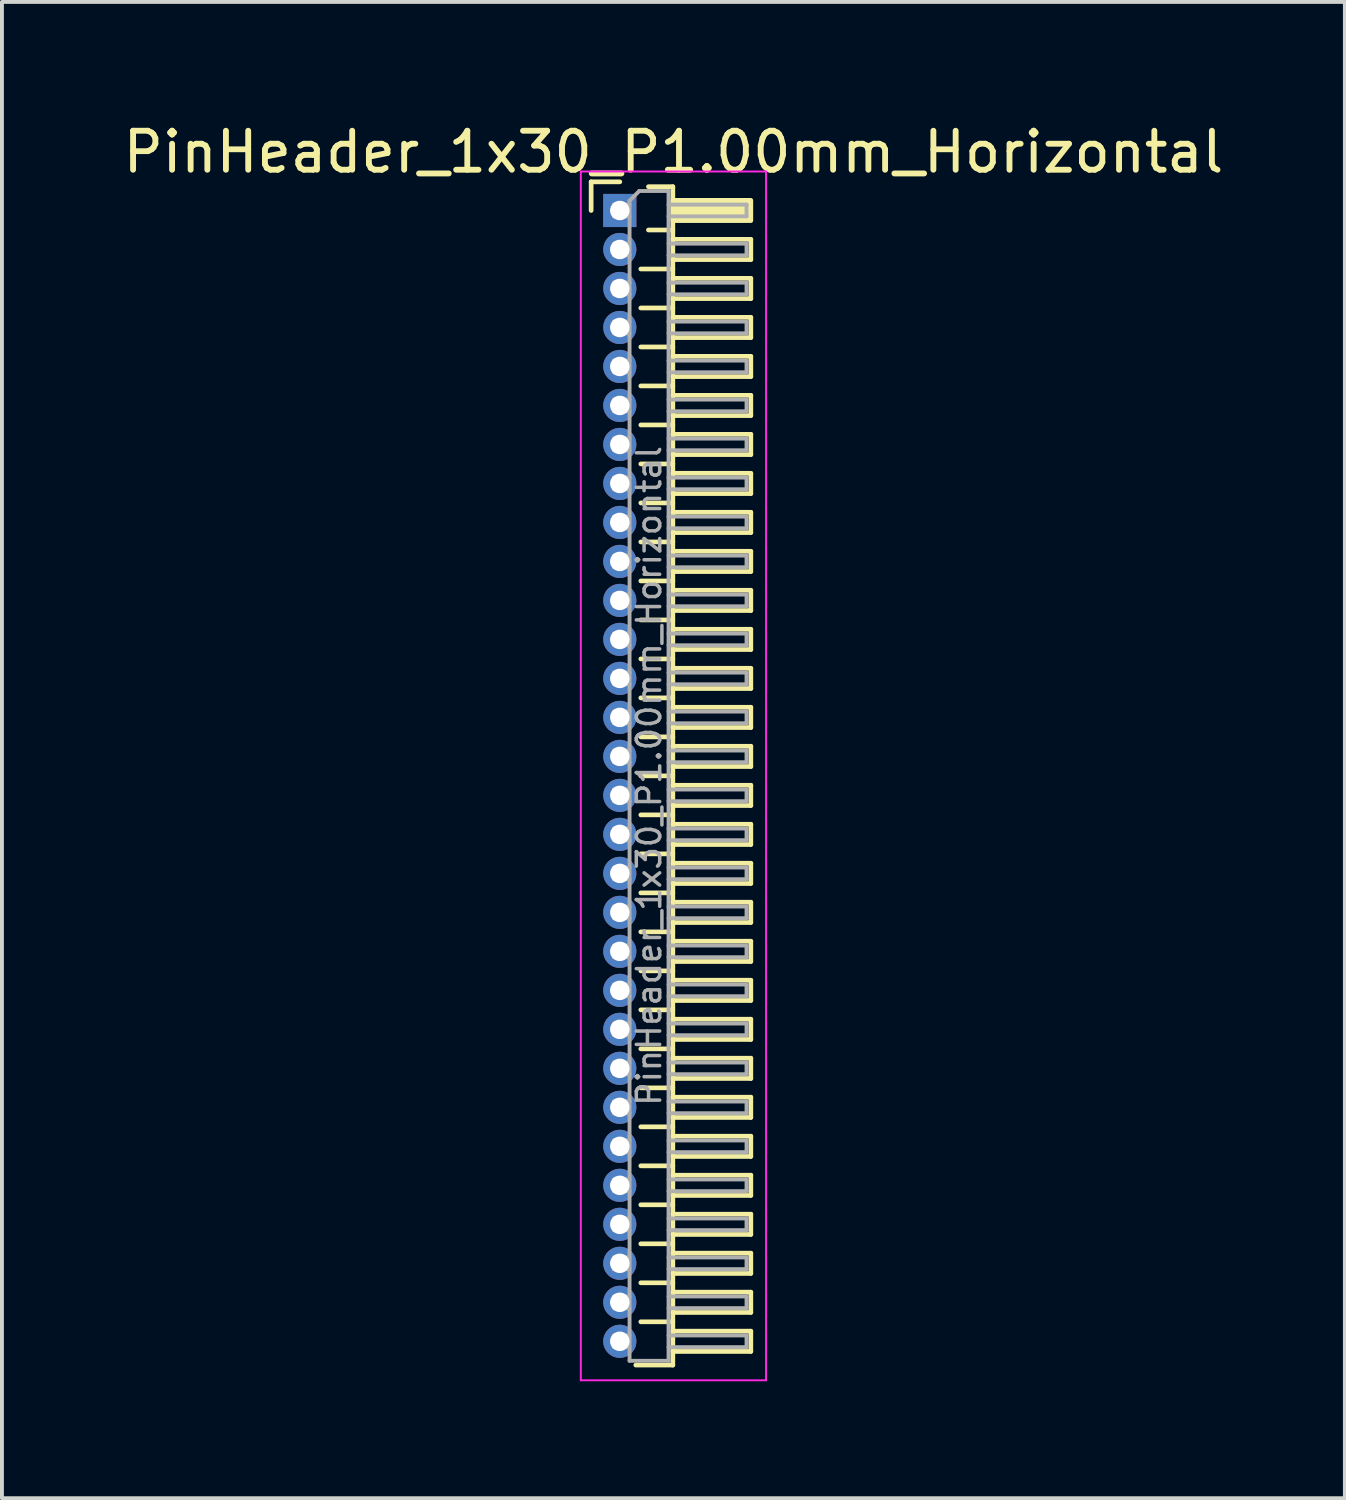
<source format=kicad_pcb>
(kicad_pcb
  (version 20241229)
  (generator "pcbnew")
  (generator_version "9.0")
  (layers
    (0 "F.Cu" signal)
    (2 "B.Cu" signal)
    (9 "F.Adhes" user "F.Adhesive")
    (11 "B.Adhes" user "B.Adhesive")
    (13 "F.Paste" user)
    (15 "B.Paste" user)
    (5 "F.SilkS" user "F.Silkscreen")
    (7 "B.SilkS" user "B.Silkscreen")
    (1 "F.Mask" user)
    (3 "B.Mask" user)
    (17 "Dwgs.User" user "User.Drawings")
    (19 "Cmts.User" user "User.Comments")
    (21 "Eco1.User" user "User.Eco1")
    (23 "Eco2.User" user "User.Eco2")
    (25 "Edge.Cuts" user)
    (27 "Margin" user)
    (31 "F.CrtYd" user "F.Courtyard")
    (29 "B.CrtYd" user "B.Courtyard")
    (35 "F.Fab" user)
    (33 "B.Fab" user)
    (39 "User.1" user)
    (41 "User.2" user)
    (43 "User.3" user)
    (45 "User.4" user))
  (footprint "PinHeader_1x30_P1.00mm_Horizontal"
    (layer "F.Cu")
    (at 12.845 2.348)
    (property "Reference" "PinHeader_1x30_P1.00mm_Horizontal" (at 1.375 -1.5 0) (layer "F.SilkS") (effects (font (size 1 1) (thickness 0.15))))
    (attr through_hole)
    (fp_line (start -0.735 -0.735) (end 0 -0.735) (stroke (width 0.12) (type solid)) (layer "F.SilkS"))
    (fp_line (start -0.735 0) (end -0.735 -0.735) (stroke (width 0.12) (type solid)) (layer "F.SilkS"))
    (fp_line (start 0.539 1.5) (end 1.36 1.5) (stroke (width 0.12) (type solid)) (layer "F.SilkS"))
    (fp_line (start 0.539 2.5) (end 1.36 2.5) (stroke (width 0.12) (type solid)) (layer "F.SilkS"))
    (fp_line (start 0.539 3.5) (end 1.36 3.5) (stroke (width 0.12) (type solid)) (layer "F.SilkS"))
    (fp_line (start 0.539 4.5) (end 1.36 4.5) (stroke (width 0.12) (type solid)) (layer "F.SilkS"))
    (fp_line (start 0.539 5.5) (end 1.36 5.5) (stroke (width 0.12) (type solid)) (layer "F.SilkS"))
    (fp_line (start 0.539 6.5) (end 1.36 6.5) (stroke (width 0.12) (type solid)) (layer "F.SilkS"))
    (fp_line (start 0.539 7.5) (end 1.36 7.5) (stroke (width 0.12) (type solid)) (layer "F.SilkS"))
    (fp_line (start 0.539 8.5) (end 1.36 8.5) (stroke (width 0.12) (type solid)) (layer "F.SilkS"))
    (fp_line (start 0.539 9.5) (end 1.36 9.5) (stroke (width 0.12) (type solid)) (layer "F.SilkS"))
    (fp_line (start 0.539 10.5) (end 1.36 10.5) (stroke (width 0.12) (type solid)) (layer "F.SilkS"))
    (fp_line (start 0.539 11.5) (end 1.36 11.5) (stroke (width 0.12) (type solid)) (layer "F.SilkS"))
    (fp_line (start 0.539 12.5) (end 1.36 12.5) (stroke (width 0.12) (type solid)) (layer "F.SilkS"))
    (fp_line (start 0.539 13.5) (end 1.36 13.5) (stroke (width 0.12) (type solid)) (layer "F.SilkS"))
    (fp_line (start 0.539 14.5) (end 1.36 14.5) (stroke (width 0.12) (type solid)) (layer "F.SilkS"))
    (fp_line (start 0.539 15.5) (end 1.36 15.5) (stroke (width 0.12) (type solid)) (layer "F.SilkS"))
    (fp_line (start 0.539 16.5) (end 1.36 16.5) (stroke (width 0.12) (type solid)) (layer "F.SilkS"))
    (fp_line (start 0.539 17.5) (end 1.36 17.5) (stroke (width 0.12) (type solid)) (layer "F.SilkS"))
    (fp_line (start 0.539 18.5) (end 1.36 18.5) (stroke (width 0.12) (type solid)) (layer "F.SilkS"))
    (fp_line (start 0.539 19.5) (end 1.36 19.5) (stroke (width 0.12) (type solid)) (layer "F.SilkS"))
    (fp_line (start 0.539 20.5) (end 1.36 20.5) (stroke (width 0.12) (type solid)) (layer "F.SilkS"))
    (fp_line (start 0.539 21.5) (end 1.36 21.5) (stroke (width 0.12) (type solid)) (layer "F.SilkS"))
    (fp_line (start 0.539 22.5) (end 1.36 22.5) (stroke (width 0.12) (type solid)) (layer "F.SilkS"))
    (fp_line (start 0.539 23.5) (end 1.36 23.5) (stroke (width 0.12) (type solid)) (layer "F.SilkS"))
    (fp_line (start 0.539 24.5) (end 1.36 24.5) (stroke (width 0.12) (type solid)) (layer "F.SilkS"))
    (fp_line (start 0.539 25.5) (end 1.36 25.5) (stroke (width 0.12) (type solid)) (layer "F.SilkS"))
    (fp_line (start 0.539 26.5) (end 1.36 26.5) (stroke (width 0.12) (type solid)) (layer "F.SilkS"))
    (fp_line (start 0.539 27.5) (end 1.36 27.5) (stroke (width 0.12) (type solid)) (layer "F.SilkS"))
    (fp_line (start 0.539 28.5) (end 1.36 28.5) (stroke (width 0.12) (type solid)) (layer "F.SilkS"))
    (fp_line (start 0.735 -0.61) (end 1.36 -0.61) (stroke (width 0.12) (type solid)) (layer "F.SilkS"))
    (fp_line (start 0.735 0.5) (end 1.36 0.5) (stroke (width 0.12) (type solid)) (layer "F.SilkS"))
    (fp_line (start 1.36 -0.61) (end 1.36 29.61) (stroke (width 0.12) (type solid)) (layer "F.SilkS"))
    (fp_line (start 1.36 0.74) (end 3.36 0.74) (stroke (width 0.12) (type solid)) (layer "F.SilkS"))
    (fp_line (start 1.36 1.74) (end 3.36 1.74) (stroke (width 0.12) (type solid)) (layer "F.SilkS"))
    (fp_line (start 1.36 2.74) (end 3.36 2.74) (stroke (width 0.12) (type solid)) (layer "F.SilkS"))
    (fp_line (start 1.36 3.74) (end 3.36 3.74) (stroke (width 0.12) (type solid)) (layer "F.SilkS"))
    (fp_line (start 1.36 4.74) (end 3.36 4.74) (stroke (width 0.12) (type solid)) (layer "F.SilkS"))
    (fp_line (start 1.36 5.74) (end 3.36 5.74) (stroke (width 0.12) (type solid)) (layer "F.SilkS"))
    (fp_line (start 1.36 6.74) (end 3.36 6.74) (stroke (width 0.12) (type solid)) (layer "F.SilkS"))
    (fp_line (start 1.36 7.74) (end 3.36 7.74) (stroke (width 0.12) (type solid)) (layer "F.SilkS"))
    (fp_line (start 1.36 8.74) (end 3.36 8.74) (stroke (width 0.12) (type solid)) (layer "F.SilkS"))
    (fp_line (start 1.36 9.74) (end 3.36 9.74) (stroke (width 0.12) (type solid)) (layer "F.SilkS"))
    (fp_line (start 1.36 10.74) (end 3.36 10.74) (stroke (width 0.12) (type solid)) (layer "F.SilkS"))
    (fp_line (start 1.36 11.74) (end 3.36 11.74) (stroke (width 0.12) (type solid)) (layer "F.SilkS"))
    (fp_line (start 1.36 12.74) (end 3.36 12.74) (stroke (width 0.12) (type solid)) (layer "F.SilkS"))
    (fp_line (start 1.36 13.74) (end 3.36 13.74) (stroke (width 0.12) (type solid)) (layer "F.SilkS"))
    (fp_line (start 1.36 14.74) (end 3.36 14.74) (stroke (width 0.12) (type solid)) (layer "F.SilkS"))
    (fp_line (start 1.36 15.74) (end 3.36 15.74) (stroke (width 0.12) (type solid)) (layer "F.SilkS"))
    (fp_line (start 1.36 16.74) (end 3.36 16.74) (stroke (width 0.12) (type solid)) (layer "F.SilkS"))
    (fp_line (start 1.36 17.74) (end 3.36 17.74) (stroke (width 0.12) (type solid)) (layer "F.SilkS"))
    (fp_line (start 1.36 18.74) (end 3.36 18.74) (stroke (width 0.12) (type solid)) (layer "F.SilkS"))
    (fp_line (start 1.36 19.74) (end 3.36 19.74) (stroke (width 0.12) (type solid)) (layer "F.SilkS"))
    (fp_line (start 1.36 20.74) (end 3.36 20.74) (stroke (width 0.12) (type solid)) (layer "F.SilkS"))
    (fp_line (start 1.36 21.74) (end 3.36 21.74) (stroke (width 0.12) (type solid)) (layer "F.SilkS"))
    (fp_line (start 1.36 22.74) (end 3.36 22.74) (stroke (width 0.12) (type solid)) (layer "F.SilkS"))
    (fp_line (start 1.36 23.74) (end 3.36 23.74) (stroke (width 0.12) (type solid)) (layer "F.SilkS"))
    (fp_line (start 1.36 24.74) (end 3.36 24.74) (stroke (width 0.12) (type solid)) (layer "F.SilkS"))
    (fp_line (start 1.36 25.74) (end 3.36 25.74) (stroke (width 0.12) (type solid)) (layer "F.SilkS"))
    (fp_line (start 1.36 26.74) (end 3.36 26.74) (stroke (width 0.12) (type solid)) (layer "F.SilkS"))
    (fp_line (start 1.36 27.74) (end 3.36 27.74) (stroke (width 0.12) (type solid)) (layer "F.SilkS"))
    (fp_line (start 1.36 28.74) (end 3.36 28.74) (stroke (width 0.12) (type solid)) (layer "F.SilkS"))
    (fp_line (start 1.36 29.61) (end 0.41 29.61) (stroke (width 0.12) (type solid)) (layer "F.SilkS"))
    (fp_line (start 3.36 0.74) (end 3.36 1.26) (stroke (width 0.12) (type solid)) (layer "F.SilkS"))
    (fp_line (start 3.36 1.26) (end 1.36 1.26) (stroke (width 0.12) (type solid)) (layer "F.SilkS"))
    (fp_line (start 3.36 1.74) (end 3.36 2.26) (stroke (width 0.12) (type solid)) (layer "F.SilkS"))
    (fp_line (start 3.36 2.26) (end 1.36 2.26) (stroke (width 0.12) (type solid)) (layer "F.SilkS"))
    (fp_line (start 3.36 2.74) (end 3.36 3.26) (stroke (width 0.12) (type solid)) (layer "F.SilkS"))
    (fp_line (start 3.36 3.26) (end 1.36 3.26) (stroke (width 0.12) (type solid)) (layer "F.SilkS"))
    (fp_line (start 3.36 3.74) (end 3.36 4.26) (stroke (width 0.12) (type solid)) (layer "F.SilkS"))
    (fp_line (start 3.36 4.26) (end 1.36 4.26) (stroke (width 0.12) (type solid)) (layer "F.SilkS"))
    (fp_line (start 3.36 4.74) (end 3.36 5.26) (stroke (width 0.12) (type solid)) (layer "F.SilkS"))
    (fp_line (start 3.36 5.26) (end 1.36 5.26) (stroke (width 0.12) (type solid)) (layer "F.SilkS"))
    (fp_line (start 3.36 5.74) (end 3.36 6.26) (stroke (width 0.12) (type solid)) (layer "F.SilkS"))
    (fp_line (start 3.36 6.26) (end 1.36 6.26) (stroke (width 0.12) (type solid)) (layer "F.SilkS"))
    (fp_line (start 3.36 6.74) (end 3.36 7.26) (stroke (width 0.12) (type solid)) (layer "F.SilkS"))
    (fp_line (start 3.36 7.26) (end 1.36 7.26) (stroke (width 0.12) (type solid)) (layer "F.SilkS"))
    (fp_line (start 3.36 7.74) (end 3.36 8.26) (stroke (width 0.12) (type solid)) (layer "F.SilkS"))
    (fp_line (start 3.36 8.26) (end 1.36 8.26) (stroke (width 0.12) (type solid)) (layer "F.SilkS"))
    (fp_line (start 3.36 8.74) (end 3.36 9.26) (stroke (width 0.12) (type solid)) (layer "F.SilkS"))
    (fp_line (start 3.36 9.26) (end 1.36 9.26) (stroke (width 0.12) (type solid)) (layer "F.SilkS"))
    (fp_line (start 3.36 9.74) (end 3.36 10.26) (stroke (width 0.12) (type solid)) (layer "F.SilkS"))
    (fp_line (start 3.36 10.26) (end 1.36 10.26) (stroke (width 0.12) (type solid)) (layer "F.SilkS"))
    (fp_line (start 3.36 10.74) (end 3.36 11.26) (stroke (width 0.12) (type solid)) (layer "F.SilkS"))
    (fp_line (start 3.36 11.26) (end 1.36 11.26) (stroke (width 0.12) (type solid)) (layer "F.SilkS"))
    (fp_line (start 3.36 11.74) (end 3.36 12.26) (stroke (width 0.12) (type solid)) (layer "F.SilkS"))
    (fp_line (start 3.36 12.26) (end 1.36 12.26) (stroke (width 0.12) (type solid)) (layer "F.SilkS"))
    (fp_line (start 3.36 12.74) (end 3.36 13.26) (stroke (width 0.12) (type solid)) (layer "F.SilkS"))
    (fp_line (start 3.36 13.26) (end 1.36 13.26) (stroke (width 0.12) (type solid)) (layer "F.SilkS"))
    (fp_line (start 3.36 13.74) (end 3.36 14.26) (stroke (width 0.12) (type solid)) (layer "F.SilkS"))
    (fp_line (start 3.36 14.26) (end 1.36 14.26) (stroke (width 0.12) (type solid)) (layer "F.SilkS"))
    (fp_line (start 3.36 14.74) (end 3.36 15.26) (stroke (width 0.12) (type solid)) (layer "F.SilkS"))
    (fp_line (start 3.36 15.26) (end 1.36 15.26) (stroke (width 0.12) (type solid)) (layer "F.SilkS"))
    (fp_line (start 3.36 15.74) (end 3.36 16.26) (stroke (width 0.12) (type solid)) (layer "F.SilkS"))
    (fp_line (start 3.36 16.26) (end 1.36 16.26) (stroke (width 0.12) (type solid)) (layer "F.SilkS"))
    (fp_line (start 3.36 16.74) (end 3.36 17.26) (stroke (width 0.12) (type solid)) (layer "F.SilkS"))
    (fp_line (start 3.36 17.26) (end 1.36 17.26) (stroke (width 0.12) (type solid)) (layer "F.SilkS"))
    (fp_line (start 3.36 17.74) (end 3.36 18.26) (stroke (width 0.12) (type solid)) (layer "F.SilkS"))
    (fp_line (start 3.36 18.26) (end 1.36 18.26) (stroke (width 0.12) (type solid)) (layer "F.SilkS"))
    (fp_line (start 3.36 18.74) (end 3.36 19.26) (stroke (width 0.12) (type solid)) (layer "F.SilkS"))
    (fp_line (start 3.36 19.26) (end 1.36 19.26) (stroke (width 0.12) (type solid)) (layer "F.SilkS"))
    (fp_line (start 3.36 19.74) (end 3.36 20.26) (stroke (width 0.12) (type solid)) (layer "F.SilkS"))
    (fp_line (start 3.36 20.26) (end 1.36 20.26) (stroke (width 0.12) (type solid)) (layer "F.SilkS"))
    (fp_line (start 3.36 20.74) (end 3.36 21.26) (stroke (width 0.12) (type solid)) (layer "F.SilkS"))
    (fp_line (start 3.36 21.26) (end 1.36 21.26) (stroke (width 0.12) (type solid)) (layer "F.SilkS"))
    (fp_line (start 3.36 21.74) (end 3.36 22.26) (stroke (width 0.12) (type solid)) (layer "F.SilkS"))
    (fp_line (start 3.36 22.26) (end 1.36 22.26) (stroke (width 0.12) (type solid)) (layer "F.SilkS"))
    (fp_line (start 3.36 22.74) (end 3.36 23.26) (stroke (width 0.12) (type solid)) (layer "F.SilkS"))
    (fp_line (start 3.36 23.26) (end 1.36 23.26) (stroke (width 0.12) (type solid)) (layer "F.SilkS"))
    (fp_line (start 3.36 23.74) (end 3.36 24.26) (stroke (width 0.12) (type solid)) (layer "F.SilkS"))
    (fp_line (start 3.36 24.26) (end 1.36 24.26) (stroke (width 0.12) (type solid)) (layer "F.SilkS"))
    (fp_line (start 3.36 24.74) (end 3.36 25.26) (stroke (width 0.12) (type solid)) (layer "F.SilkS"))
    (fp_line (start 3.36 25.26) (end 1.36 25.26) (stroke (width 0.12) (type solid)) (layer "F.SilkS"))
    (fp_line (start 3.36 25.74) (end 3.36 26.26) (stroke (width 0.12) (type solid)) (layer "F.SilkS"))
    (fp_line (start 3.36 26.26) (end 1.36 26.26) (stroke (width 0.12) (type solid)) (layer "F.SilkS"))
    (fp_line (start 3.36 26.74) (end 3.36 27.26) (stroke (width 0.12) (type solid)) (layer "F.SilkS"))
    (fp_line (start 3.36 27.26) (end 1.36 27.26) (stroke (width 0.12) (type solid)) (layer "F.SilkS"))
    (fp_line (start 3.36 27.74) (end 3.36 28.26) (stroke (width 0.12) (type solid)) (layer "F.SilkS"))
    (fp_line (start 3.36 28.26) (end 1.36 28.26) (stroke (width 0.12) (type solid)) (layer "F.SilkS"))
    (fp_line (start 3.36 28.74) (end 3.36 29.26) (stroke (width 0.12) (type solid)) (layer "F.SilkS"))
    (fp_line (start 3.36 29.26) (end 1.36 29.26) (stroke (width 0.12) (type solid)) (layer "F.SilkS"))
    (fp_rect (start 1.36 -0.26) (end 3.36 0.26) (stroke (width 0.12) (type solid)) (fill yes) (layer "F.SilkS"))
    (fp_line (start -1 -1) (end -1 30) (stroke (width 0.05) (type solid)) (layer "F.CrtYd"))
    (fp_line (start -1 30) (end 3.75 30) (stroke (width 0.05) (type solid)) (layer "F.CrtYd"))
    (fp_line (start 3.75 -1) (end -1 -1) (stroke (width 0.05) (type solid)) (layer "F.CrtYd"))
    (fp_line (start 3.75 30) (end 3.75 -1) (stroke (width 0.05) (type solid)) (layer "F.CrtYd"))
    (fp_line (start -0.15 -0.15) (end -0.15 0.15) (stroke (width 0.1) (type solid)) (layer "F.Fab"))
    (fp_line (start -0.15 -0.15) (end 0.25 -0.15) (stroke (width 0.1) (type solid)) (layer "F.Fab"))
    (fp_line (start -0.15 0.15) (end 0.25 0.15) (stroke (width 0.1) (type solid)) (layer "F.Fab"))
    (fp_line (start -0.15 0.85) (end -0.15 1.15) (stroke (width 0.1) (type solid)) (layer "F.Fab"))
    (fp_line (start -0.15 0.85) (end 0.25 0.85) (stroke (width 0.1) (type solid)) (layer "F.Fab"))
    (fp_line (start -0.15 1.15) (end 0.25 1.15) (stroke (width 0.1) (type solid)) (layer "F.Fab"))
    (fp_line (start -0.15 1.85) (end -0.15 2.15) (stroke (width 0.1) (type solid)) (layer "F.Fab"))
    (fp_line (start -0.15 1.85) (end 0.25 1.85) (stroke (width 0.1) (type solid)) (layer "F.Fab"))
    (fp_line (start -0.15 2.15) (end 0.25 2.15) (stroke (width 0.1) (type solid)) (layer "F.Fab"))
    (fp_line (start -0.15 2.85) (end -0.15 3.15) (stroke (width 0.1) (type solid)) (layer "F.Fab"))
    (fp_line (start -0.15 2.85) (end 0.25 2.85) (stroke (width 0.1) (type solid)) (layer "F.Fab"))
    (fp_line (start -0.15 3.15) (end 0.25 3.15) (stroke (width 0.1) (type solid)) (layer "F.Fab"))
    (fp_line (start -0.15 3.85) (end -0.15 4.15) (stroke (width 0.1) (type solid)) (layer "F.Fab"))
    (fp_line (start -0.15 3.85) (end 0.25 3.85) (stroke (width 0.1) (type solid)) (layer "F.Fab"))
    (fp_line (start -0.15 4.15) (end 0.25 4.15) (stroke (width 0.1) (type solid)) (layer "F.Fab"))
    (fp_line (start -0.15 4.85) (end -0.15 5.15) (stroke (width 0.1) (type solid)) (layer "F.Fab"))
    (fp_line (start -0.15 4.85) (end 0.25 4.85) (stroke (width 0.1) (type solid)) (layer "F.Fab"))
    (fp_line (start -0.15 5.15) (end 0.25 5.15) (stroke (width 0.1) (type solid)) (layer "F.Fab"))
    (fp_line (start -0.15 5.85) (end -0.15 6.15) (stroke (width 0.1) (type solid)) (layer "F.Fab"))
    (fp_line (start -0.15 5.85) (end 0.25 5.85) (stroke (width 0.1) (type solid)) (layer "F.Fab"))
    (fp_line (start -0.15 6.15) (end 0.25 6.15) (stroke (width 0.1) (type solid)) (layer "F.Fab"))
    (fp_line (start -0.15 6.85) (end -0.15 7.15) (stroke (width 0.1) (type solid)) (layer "F.Fab"))
    (fp_line (start -0.15 6.85) (end 0.25 6.85) (stroke (width 0.1) (type solid)) (layer "F.Fab"))
    (fp_line (start -0.15 7.15) (end 0.25 7.15) (stroke (width 0.1) (type solid)) (layer "F.Fab"))
    (fp_line (start -0.15 7.85) (end -0.15 8.15) (stroke (width 0.1) (type solid)) (layer "F.Fab"))
    (fp_line (start -0.15 7.85) (end 0.25 7.85) (stroke (width 0.1) (type solid)) (layer "F.Fab"))
    (fp_line (start -0.15 8.15) (end 0.25 8.15) (stroke (width 0.1) (type solid)) (layer "F.Fab"))
    (fp_line (start -0.15 8.85) (end -0.15 9.15) (stroke (width 0.1) (type solid)) (layer "F.Fab"))
    (fp_line (start -0.15 8.85) (end 0.25 8.85) (stroke (width 0.1) (type solid)) (layer "F.Fab"))
    (fp_line (start -0.15 9.15) (end 0.25 9.15) (stroke (width 0.1) (type solid)) (layer "F.Fab"))
    (fp_line (start -0.15 9.85) (end -0.15 10.15) (stroke (width 0.1) (type solid)) (layer "F.Fab"))
    (fp_line (start -0.15 9.85) (end 0.25 9.85) (stroke (width 0.1) (type solid)) (layer "F.Fab"))
    (fp_line (start -0.15 10.15) (end 0.25 10.15) (stroke (width 0.1) (type solid)) (layer "F.Fab"))
    (fp_line (start -0.15 10.85) (end -0.15 11.15) (stroke (width 0.1) (type solid)) (layer "F.Fab"))
    (fp_line (start -0.15 10.85) (end 0.25 10.85) (stroke (width 0.1) (type solid)) (layer "F.Fab"))
    (fp_line (start -0.15 11.15) (end 0.25 11.15) (stroke (width 0.1) (type solid)) (layer "F.Fab"))
    (fp_line (start -0.15 11.85) (end -0.15 12.15) (stroke (width 0.1) (type solid)) (layer "F.Fab"))
    (fp_line (start -0.15 11.85) (end 0.25 11.85) (stroke (width 0.1) (type solid)) (layer "F.Fab"))
    (fp_line (start -0.15 12.15) (end 0.25 12.15) (stroke (width 0.1) (type solid)) (layer "F.Fab"))
    (fp_line (start -0.15 12.85) (end -0.15 13.15) (stroke (width 0.1) (type solid)) (layer "F.Fab"))
    (fp_line (start -0.15 12.85) (end 0.25 12.85) (stroke (width 0.1) (type solid)) (layer "F.Fab"))
    (fp_line (start -0.15 13.15) (end 0.25 13.15) (stroke (width 0.1) (type solid)) (layer "F.Fab"))
    (fp_line (start -0.15 13.85) (end -0.15 14.15) (stroke (width 0.1) (type solid)) (layer "F.Fab"))
    (fp_line (start -0.15 13.85) (end 0.25 13.85) (stroke (width 0.1) (type solid)) (layer "F.Fab"))
    (fp_line (start -0.15 14.15) (end 0.25 14.15) (stroke (width 0.1) (type solid)) (layer "F.Fab"))
    (fp_line (start -0.15 14.85) (end -0.15 15.15) (stroke (width 0.1) (type solid)) (layer "F.Fab"))
    (fp_line (start -0.15 14.85) (end 0.25 14.85) (stroke (width 0.1) (type solid)) (layer "F.Fab"))
    (fp_line (start -0.15 15.15) (end 0.25 15.15) (stroke (width 0.1) (type solid)) (layer "F.Fab"))
    (fp_line (start -0.15 15.85) (end -0.15 16.15) (stroke (width 0.1) (type solid)) (layer "F.Fab"))
    (fp_line (start -0.15 15.85) (end 0.25 15.85) (stroke (width 0.1) (type solid)) (layer "F.Fab"))
    (fp_line (start -0.15 16.15) (end 0.25 16.15) (stroke (width 0.1) (type solid)) (layer "F.Fab"))
    (fp_line (start -0.15 16.85) (end -0.15 17.15) (stroke (width 0.1) (type solid)) (layer "F.Fab"))
    (fp_line (start -0.15 16.85) (end 0.25 16.85) (stroke (width 0.1) (type solid)) (layer "F.Fab"))
    (fp_line (start -0.15 17.15) (end 0.25 17.15) (stroke (width 0.1) (type solid)) (layer "F.Fab"))
    (fp_line (start -0.15 17.85) (end -0.15 18.15) (stroke (width 0.1) (type solid)) (layer "F.Fab"))
    (fp_line (start -0.15 17.85) (end 0.25 17.85) (stroke (width 0.1) (type solid)) (layer "F.Fab"))
    (fp_line (start -0.15 18.15) (end 0.25 18.15) (stroke (width 0.1) (type solid)) (layer "F.Fab"))
    (fp_line (start -0.15 18.85) (end -0.15 19.15) (stroke (width 0.1) (type solid)) (layer "F.Fab"))
    (fp_line (start -0.15 18.85) (end 0.25 18.85) (stroke (width 0.1) (type solid)) (layer "F.Fab"))
    (fp_line (start -0.15 19.15) (end 0.25 19.15) (stroke (width 0.1) (type solid)) (layer "F.Fab"))
    (fp_line (start -0.15 19.85) (end -0.15 20.15) (stroke (width 0.1) (type solid)) (layer "F.Fab"))
    (fp_line (start -0.15 19.85) (end 0.25 19.85) (stroke (width 0.1) (type solid)) (layer "F.Fab"))
    (fp_line (start -0.15 20.15) (end 0.25 20.15) (stroke (width 0.1) (type solid)) (layer "F.Fab"))
    (fp_line (start -0.15 20.85) (end -0.15 21.15) (stroke (width 0.1) (type solid)) (layer "F.Fab"))
    (fp_line (start -0.15 20.85) (end 0.25 20.85) (stroke (width 0.1) (type solid)) (layer "F.Fab"))
    (fp_line (start -0.15 21.15) (end 0.25 21.15) (stroke (width 0.1) (type solid)) (layer "F.Fab"))
    (fp_line (start -0.15 21.85) (end -0.15 22.15) (stroke (width 0.1) (type solid)) (layer "F.Fab"))
    (fp_line (start -0.15 21.85) (end 0.25 21.85) (stroke (width 0.1) (type solid)) (layer "F.Fab"))
    (fp_line (start -0.15 22.15) (end 0.25 22.15) (stroke (width 0.1) (type solid)) (layer "F.Fab"))
    (fp_line (start -0.15 22.85) (end -0.15 23.15) (stroke (width 0.1) (type solid)) (layer "F.Fab"))
    (fp_line (start -0.15 22.85) (end 0.25 22.85) (stroke (width 0.1) (type solid)) (layer "F.Fab"))
    (fp_line (start -0.15 23.15) (end 0.25 23.15) (stroke (width 0.1) (type solid)) (layer "F.Fab"))
    (fp_line (start -0.15 23.85) (end -0.15 24.15) (stroke (width 0.1) (type solid)) (layer "F.Fab"))
    (fp_line (start -0.15 23.85) (end 0.25 23.85) (stroke (width 0.1) (type solid)) (layer "F.Fab"))
    (fp_line (start -0.15 24.15) (end 0.25 24.15) (stroke (width 0.1) (type solid)) (layer "F.Fab"))
    (fp_line (start -0.15 24.85) (end -0.15 25.15) (stroke (width 0.1) (type solid)) (layer "F.Fab"))
    (fp_line (start -0.15 24.85) (end 0.25 24.85) (stroke (width 0.1) (type solid)) (layer "F.Fab"))
    (fp_line (start -0.15 25.15) (end 0.25 25.15) (stroke (width 0.1) (type solid)) (layer "F.Fab"))
    (fp_line (start -0.15 25.85) (end -0.15 26.15) (stroke (width 0.1) (type solid)) (layer "F.Fab"))
    (fp_line (start -0.15 25.85) (end 0.25 25.85) (stroke (width 0.1) (type solid)) (layer "F.Fab"))
    (fp_line (start -0.15 26.15) (end 0.25 26.15) (stroke (width 0.1) (type solid)) (layer "F.Fab"))
    (fp_line (start -0.15 26.85) (end -0.15 27.15) (stroke (width 0.1) (type solid)) (layer "F.Fab"))
    (fp_line (start -0.15 26.85) (end 0.25 26.85) (stroke (width 0.1) (type solid)) (layer "F.Fab"))
    (fp_line (start -0.15 27.15) (end 0.25 27.15) (stroke (width 0.1) (type solid)) (layer "F.Fab"))
    (fp_line (start -0.15 27.85) (end -0.15 28.15) (stroke (width 0.1) (type solid)) (layer "F.Fab"))
    (fp_line (start -0.15 27.85) (end 0.25 27.85) (stroke (width 0.1) (type solid)) (layer "F.Fab"))
    (fp_line (start -0.15 28.15) (end 0.25 28.15) (stroke (width 0.1) (type solid)) (layer "F.Fab"))
    (fp_line (start -0.15 28.85) (end -0.15 29.15) (stroke (width 0.1) (type solid)) (layer "F.Fab"))
    (fp_line (start -0.15 28.85) (end 0.25 28.85) (stroke (width 0.1) (type solid)) (layer "F.Fab"))
    (fp_line (start -0.15 29.15) (end 0.25 29.15) (stroke (width 0.1) (type solid)) (layer "F.Fab"))
    (fp_line (start 0.25 -0.25) (end 0.5 -0.5) (stroke (width 0.1) (type solid)) (layer "F.Fab"))
    (fp_line (start 0.25 29.5) (end 0.25 -0.25) (stroke (width 0.1) (type solid)) (layer "F.Fab"))
    (fp_line (start 0.5 -0.5) (end 1.25 -0.5) (stroke (width 0.1) (type solid)) (layer "F.Fab"))
    (fp_line (start 1.25 -0.5) (end 1.25 29.5) (stroke (width 0.1) (type solid)) (layer "F.Fab"))
    (fp_line (start 1.25 -0.15) (end 3.25 -0.15) (stroke (width 0.1) (type solid)) (layer "F.Fab"))
    (fp_line (start 1.25 0.15) (end 3.25 0.15) (stroke (width 0.1) (type solid)) (layer "F.Fab"))
    (fp_line (start 1.25 0.85) (end 3.25 0.85) (stroke (width 0.1) (type solid)) (layer "F.Fab"))
    (fp_line (start 1.25 1.15) (end 3.25 1.15) (stroke (width 0.1) (type solid)) (layer "F.Fab"))
    (fp_line (start 1.25 1.85) (end 3.25 1.85) (stroke (width 0.1) (type solid)) (layer "F.Fab"))
    (fp_line (start 1.25 2.15) (end 3.25 2.15) (stroke (width 0.1) (type solid)) (layer "F.Fab"))
    (fp_line (start 1.25 2.85) (end 3.25 2.85) (stroke (width 0.1) (type solid)) (layer "F.Fab"))
    (fp_line (start 1.25 3.15) (end 3.25 3.15) (stroke (width 0.1) (type solid)) (layer "F.Fab"))
    (fp_line (start 1.25 3.85) (end 3.25 3.85) (stroke (width 0.1) (type solid)) (layer "F.Fab"))
    (fp_line (start 1.25 4.15) (end 3.25 4.15) (stroke (width 0.1) (type solid)) (layer "F.Fab"))
    (fp_line (start 1.25 4.85) (end 3.25 4.85) (stroke (width 0.1) (type solid)) (layer "F.Fab"))
    (fp_line (start 1.25 5.15) (end 3.25 5.15) (stroke (width 0.1) (type solid)) (layer "F.Fab"))
    (fp_line (start 1.25 5.85) (end 3.25 5.85) (stroke (width 0.1) (type solid)) (layer "F.Fab"))
    (fp_line (start 1.25 6.15) (end 3.25 6.15) (stroke (width 0.1) (type solid)) (layer "F.Fab"))
    (fp_line (start 1.25 6.85) (end 3.25 6.85) (stroke (width 0.1) (type solid)) (layer "F.Fab"))
    (fp_line (start 1.25 7.15) (end 3.25 7.15) (stroke (width 0.1) (type solid)) (layer "F.Fab"))
    (fp_line (start 1.25 7.85) (end 3.25 7.85) (stroke (width 0.1) (type solid)) (layer "F.Fab"))
    (fp_line (start 1.25 8.15) (end 3.25 8.15) (stroke (width 0.1) (type solid)) (layer "F.Fab"))
    (fp_line (start 1.25 8.85) (end 3.25 8.85) (stroke (width 0.1) (type solid)) (layer "F.Fab"))
    (fp_line (start 1.25 9.15) (end 3.25 9.15) (stroke (width 0.1) (type solid)) (layer "F.Fab"))
    (fp_line (start 1.25 9.85) (end 3.25 9.85) (stroke (width 0.1) (type solid)) (layer "F.Fab"))
    (fp_line (start 1.25 10.15) (end 3.25 10.15) (stroke (width 0.1) (type solid)) (layer "F.Fab"))
    (fp_line (start 1.25 10.85) (end 3.25 10.85) (stroke (width 0.1) (type solid)) (layer "F.Fab"))
    (fp_line (start 1.25 11.15) (end 3.25 11.15) (stroke (width 0.1) (type solid)) (layer "F.Fab"))
    (fp_line (start 1.25 11.85) (end 3.25 11.85) (stroke (width 0.1) (type solid)) (layer "F.Fab"))
    (fp_line (start 1.25 12.15) (end 3.25 12.15) (stroke (width 0.1) (type solid)) (layer "F.Fab"))
    (fp_line (start 1.25 12.85) (end 3.25 12.85) (stroke (width 0.1) (type solid)) (layer "F.Fab"))
    (fp_line (start 1.25 13.15) (end 3.25 13.15) (stroke (width 0.1) (type solid)) (layer "F.Fab"))
    (fp_line (start 1.25 13.85) (end 3.25 13.85) (stroke (width 0.1) (type solid)) (layer "F.Fab"))
    (fp_line (start 1.25 14.15) (end 3.25 14.15) (stroke (width 0.1) (type solid)) (layer "F.Fab"))
    (fp_line (start 1.25 14.85) (end 3.25 14.85) (stroke (width 0.1) (type solid)) (layer "F.Fab"))
    (fp_line (start 1.25 15.15) (end 3.25 15.15) (stroke (width 0.1) (type solid)) (layer "F.Fab"))
    (fp_line (start 1.25 15.85) (end 3.25 15.85) (stroke (width 0.1) (type solid)) (layer "F.Fab"))
    (fp_line (start 1.25 16.15) (end 3.25 16.15) (stroke (width 0.1) (type solid)) (layer "F.Fab"))
    (fp_line (start 1.25 16.85) (end 3.25 16.85) (stroke (width 0.1) (type solid)) (layer "F.Fab"))
    (fp_line (start 1.25 17.15) (end 3.25 17.15) (stroke (width 0.1) (type solid)) (layer "F.Fab"))
    (fp_line (start 1.25 17.85) (end 3.25 17.85) (stroke (width 0.1) (type solid)) (layer "F.Fab"))
    (fp_line (start 1.25 18.15) (end 3.25 18.15) (stroke (width 0.1) (type solid)) (layer "F.Fab"))
    (fp_line (start 1.25 18.85) (end 3.25 18.85) (stroke (width 0.1) (type solid)) (layer "F.Fab"))
    (fp_line (start 1.25 19.15) (end 3.25 19.15) (stroke (width 0.1) (type solid)) (layer "F.Fab"))
    (fp_line (start 1.25 19.85) (end 3.25 19.85) (stroke (width 0.1) (type solid)) (layer "F.Fab"))
    (fp_line (start 1.25 20.15) (end 3.25 20.15) (stroke (width 0.1) (type solid)) (layer "F.Fab"))
    (fp_line (start 1.25 20.85) (end 3.25 20.85) (stroke (width 0.1) (type solid)) (layer "F.Fab"))
    (fp_line (start 1.25 21.15) (end 3.25 21.15) (stroke (width 0.1) (type solid)) (layer "F.Fab"))
    (fp_line (start 1.25 21.85) (end 3.25 21.85) (stroke (width 0.1) (type solid)) (layer "F.Fab"))
    (fp_line (start 1.25 22.15) (end 3.25 22.15) (stroke (width 0.1) (type solid)) (layer "F.Fab"))
    (fp_line (start 1.25 22.85) (end 3.25 22.85) (stroke (width 0.1) (type solid)) (layer "F.Fab"))
    (fp_line (start 1.25 23.15) (end 3.25 23.15) (stroke (width 0.1) (type solid)) (layer "F.Fab"))
    (fp_line (start 1.25 23.85) (end 3.25 23.85) (stroke (width 0.1) (type solid)) (layer "F.Fab"))
    (fp_line (start 1.25 24.15) (end 3.25 24.15) (stroke (width 0.1) (type solid)) (layer "F.Fab"))
    (fp_line (start 1.25 24.85) (end 3.25 24.85) (stroke (width 0.1) (type solid)) (layer "F.Fab"))
    (fp_line (start 1.25 25.15) (end 3.25 25.15) (stroke (width 0.1) (type solid)) (layer "F.Fab"))
    (fp_line (start 1.25 25.85) (end 3.25 25.85) (stroke (width 0.1) (type solid)) (layer "F.Fab"))
    (fp_line (start 1.25 26.15) (end 3.25 26.15) (stroke (width 0.1) (type solid)) (layer "F.Fab"))
    (fp_line (start 1.25 26.85) (end 3.25 26.85) (stroke (width 0.1) (type solid)) (layer "F.Fab"))
    (fp_line (start 1.25 27.15) (end 3.25 27.15) (stroke (width 0.1) (type solid)) (layer "F.Fab"))
    (fp_line (start 1.25 27.85) (end 3.25 27.85) (stroke (width 0.1) (type solid)) (layer "F.Fab"))
    (fp_line (start 1.25 28.15) (end 3.25 28.15) (stroke (width 0.1) (type solid)) (layer "F.Fab"))
    (fp_line (start 1.25 28.85) (end 3.25 28.85) (stroke (width 0.1) (type solid)) (layer "F.Fab"))
    (fp_line (start 1.25 29.15) (end 3.25 29.15) (stroke (width 0.1) (type solid)) (layer "F.Fab"))
    (fp_line (start 1.25 29.5) (end 0.25 29.5) (stroke (width 0.1) (type solid)) (layer "F.Fab"))
    (fp_line (start 3.25 -0.15) (end 3.25 0.15) (stroke (width 0.1) (type solid)) (layer "F.Fab"))
    (fp_line (start 3.25 0.85) (end 3.25 1.15) (stroke (width 0.1) (type solid)) (layer "F.Fab"))
    (fp_line (start 3.25 1.85) (end 3.25 2.15) (stroke (width 0.1) (type solid)) (layer "F.Fab"))
    (fp_line (start 3.25 2.85) (end 3.25 3.15) (stroke (width 0.1) (type solid)) (layer "F.Fab"))
    (fp_line (start 3.25 3.85) (end 3.25 4.15) (stroke (width 0.1) (type solid)) (layer "F.Fab"))
    (fp_line (start 3.25 4.85) (end 3.25 5.15) (stroke (width 0.1) (type solid)) (layer "F.Fab"))
    (fp_line (start 3.25 5.85) (end 3.25 6.15) (stroke (width 0.1) (type solid)) (layer "F.Fab"))
    (fp_line (start 3.25 6.85) (end 3.25 7.15) (stroke (width 0.1) (type solid)) (layer "F.Fab"))
    (fp_line (start 3.25 7.85) (end 3.25 8.15) (stroke (width 0.1) (type solid)) (layer "F.Fab"))
    (fp_line (start 3.25 8.85) (end 3.25 9.15) (stroke (width 0.1) (type solid)) (layer "F.Fab"))
    (fp_line (start 3.25 9.85) (end 3.25 10.15) (stroke (width 0.1) (type solid)) (layer "F.Fab"))
    (fp_line (start 3.25 10.85) (end 3.25 11.15) (stroke (width 0.1) (type solid)) (layer "F.Fab"))
    (fp_line (start 3.25 11.85) (end 3.25 12.15) (stroke (width 0.1) (type solid)) (layer "F.Fab"))
    (fp_line (start 3.25 12.85) (end 3.25 13.15) (stroke (width 0.1) (type solid)) (layer "F.Fab"))
    (fp_line (start 3.25 13.85) (end 3.25 14.15) (stroke (width 0.1) (type solid)) (layer "F.Fab"))
    (fp_line (start 3.25 14.85) (end 3.25 15.15) (stroke (width 0.1) (type solid)) (layer "F.Fab"))
    (fp_line (start 3.25 15.85) (end 3.25 16.15) (stroke (width 0.1) (type solid)) (layer "F.Fab"))
    (fp_line (start 3.25 16.85) (end 3.25 17.15) (stroke (width 0.1) (type solid)) (layer "F.Fab"))
    (fp_line (start 3.25 17.85) (end 3.25 18.15) (stroke (width 0.1) (type solid)) (layer "F.Fab"))
    (fp_line (start 3.25 18.85) (end 3.25 19.15) (stroke (width 0.1) (type solid)) (layer "F.Fab"))
    (fp_line (start 3.25 19.85) (end 3.25 20.15) (stroke (width 0.1) (type solid)) (layer "F.Fab"))
    (fp_line (start 3.25 20.85) (end 3.25 21.15) (stroke (width 0.1) (type solid)) (layer "F.Fab"))
    (fp_line (start 3.25 21.85) (end 3.25 22.15) (stroke (width 0.1) (type solid)) (layer "F.Fab"))
    (fp_line (start 3.25 22.85) (end 3.25 23.15) (stroke (width 0.1) (type solid)) (layer "F.Fab"))
    (fp_line (start 3.25 23.85) (end 3.25 24.15) (stroke (width 0.1) (type solid)) (layer "F.Fab"))
    (fp_line (start 3.25 24.85) (end 3.25 25.15) (stroke (width 0.1) (type solid)) (layer "F.Fab"))
    (fp_line (start 3.25 25.85) (end 3.25 26.15) (stroke (width 0.1) (type solid)) (layer "F.Fab"))
    (fp_line (start 3.25 26.85) (end 3.25 27.15) (stroke (width 0.1) (type solid)) (layer "F.Fab"))
    (fp_line (start 3.25 27.85) (end 3.25 28.15) (stroke (width 0.1) (type solid)) (layer "F.Fab"))
    (fp_line (start 3.25 28.85) (end 3.25 29.15) (stroke (width 0.1) (type solid)) (layer "F.Fab"))
    (fp_text user "${REFERENCE}" (at 0.75 14.5 90) (layer "F.Fab") (effects (font (size 0.6 0.6) (thickness 0.09))))
    (pad "1" thru_hole rect (at 0 0) (size 0.85 0.85) (drill 0.5) (layers "*.Cu" "*.Mask"))
    (pad "2" thru_hole circle (at 0 1) (size 0.85 0.85) (drill 0.5) (layers "*.Cu" "*.Mask"))
    (pad "3" thru_hole circle (at 0 2) (size 0.85 0.85) (drill 0.5) (layers "*.Cu" "*.Mask"))
    (pad "4" thru_hole circle (at 0 3) (size 0.85 0.85) (drill 0.5) (layers "*.Cu" "*.Mask"))
    (pad "5" thru_hole circle (at 0 4) (size 0.85 0.85) (drill 0.5) (layers "*.Cu" "*.Mask"))
    (pad "6" thru_hole circle (at 0 5) (size 0.85 0.85) (drill 0.5) (layers "*.Cu" "*.Mask"))
    (pad "7" thru_hole circle (at 0 6) (size 0.85 0.85) (drill 0.5) (layers "*.Cu" "*.Mask"))
    (pad "8" thru_hole circle (at 0 7) (size 0.85 0.85) (drill 0.5) (layers "*.Cu" "*.Mask"))
    (pad "9" thru_hole circle (at 0 8) (size 0.85 0.85) (drill 0.5) (layers "*.Cu" "*.Mask"))
    (pad "10" thru_hole circle (at 0 9) (size 0.85 0.85) (drill 0.5) (layers "*.Cu" "*.Mask"))
    (pad "11" thru_hole circle (at 0 10) (size 0.85 0.85) (drill 0.5) (layers "*.Cu" "*.Mask"))
    (pad "12" thru_hole circle (at 0 11) (size 0.85 0.85) (drill 0.5) (layers "*.Cu" "*.Mask"))
    (pad "13" thru_hole circle (at 0 12) (size 0.85 0.85) (drill 0.5) (layers "*.Cu" "*.Mask"))
    (pad "14" thru_hole circle (at 0 13) (size 0.85 0.85) (drill 0.5) (layers "*.Cu" "*.Mask"))
    (pad "15" thru_hole circle (at 0 14) (size 0.85 0.85) (drill 0.5) (layers "*.Cu" "*.Mask"))
    (pad "16" thru_hole circle (at 0 15) (size 0.85 0.85) (drill 0.5) (layers "*.Cu" "*.Mask"))
    (pad "17" thru_hole circle (at 0 16) (size 0.85 0.85) (drill 0.5) (layers "*.Cu" "*.Mask"))
    (pad "18" thru_hole circle (at 0 17) (size 0.85 0.85) (drill 0.5) (layers "*.Cu" "*.Mask"))
    (pad "19" thru_hole circle (at 0 18) (size 0.85 0.85) (drill 0.5) (layers "*.Cu" "*.Mask"))
    (pad "20" thru_hole circle (at 0 19) (size 0.85 0.85) (drill 0.5) (layers "*.Cu" "*.Mask"))
    (pad "21" thru_hole circle (at 0 20) (size 0.85 0.85) (drill 0.5) (layers "*.Cu" "*.Mask"))
    (pad "22" thru_hole circle (at 0 21) (size 0.85 0.85) (drill 0.5) (layers "*.Cu" "*.Mask"))
    (pad "23" thru_hole circle (at 0 22) (size 0.85 0.85) (drill 0.5) (layers "*.Cu" "*.Mask"))
    (pad "24" thru_hole circle (at 0 23) (size 0.85 0.85) (drill 0.5) (layers "*.Cu" "*.Mask"))
    (pad "25" thru_hole circle (at 0 24) (size 0.85 0.85) (drill 0.5) (layers "*.Cu" "*.Mask"))
    (pad "26" thru_hole circle (at 0 25) (size 0.85 0.85) (drill 0.5) (layers "*.Cu" "*.Mask"))
    (pad "27" thru_hole circle (at 0 26) (size 0.85 0.85) (drill 0.5) (layers "*.Cu" "*.Mask"))
    (pad "28" thru_hole circle (at 0 27) (size 0.85 0.85) (drill 0.5) (layers "*.Cu" "*.Mask"))
    (pad "29" thru_hole circle (at 0 28) (size 0.85 0.85) (drill 0.5) (layers "*.Cu" "*.Mask"))
    (pad "30" thru_hole circle (at 0 29) (size 0.85 0.85) (drill 0.5) (layers "*.Cu" "*.Mask")))
  (gr_rect
    (start -3 -3)
    (end 31.44 35.373)
    (stroke (width 0.1) (type default))
    (fill no)
    (layer "Edge.Cuts")))
</source>
